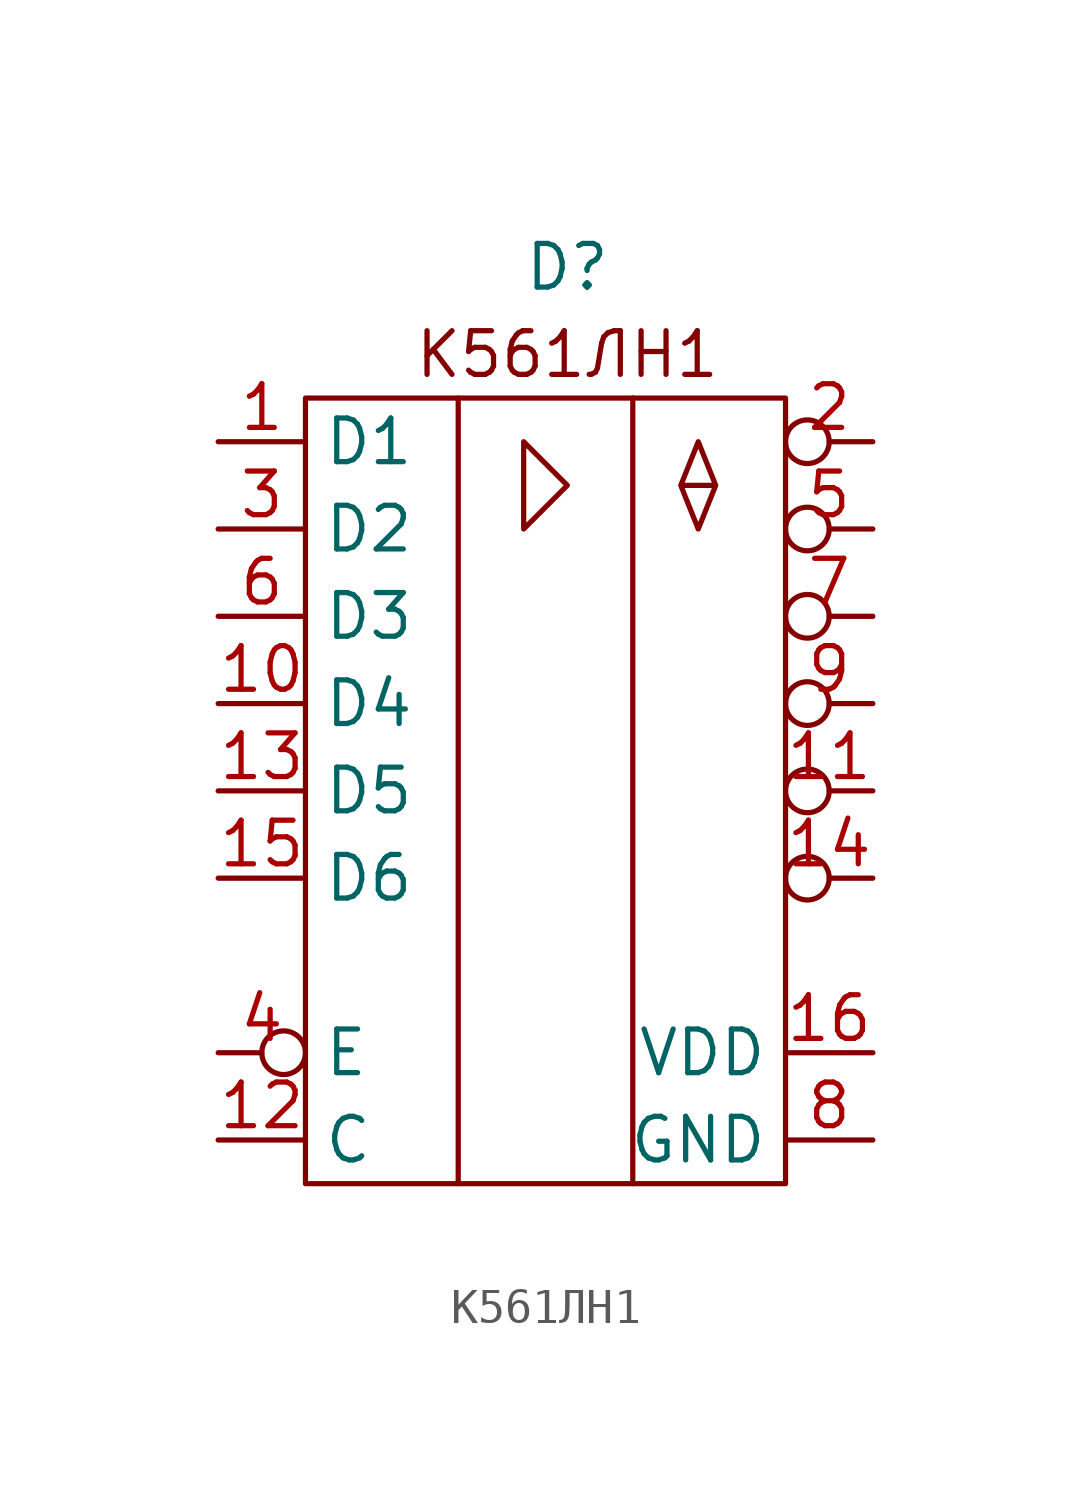
<source format=kicad_sym>
(kicad_symbol_lib
  (version 20220914)
  (generator kicad_symbol_editor)
  (symbol "К561ЛН1"
    (property "Reference" "D"
      (at 21.59 1.27 0)
      (effects (font (size 1.27 1.27))))
    (property "Value" ""
      (at 29.21 -11.43 0)
      (effects (font (size 1.27 1.27))))
    (symbol "К561ЛН1_0_0"
      (pin output inverted (at 30.48 -13.97 180) (length 2.54) (name "" (effects (font (size 1.27 1.27)))) (number "11" (effects (font (size 1.27 1.27)))))
      (pin output inverted (at 30.48 -16.51 180) (length 2.54) (name "" (effects (font (size 1.27 1.27)))) (number "14" (effects (font (size 1.27 1.27)))))
      (pin output inverted (at 30.48 -3.81 180) (length 2.54) (name "" (effects (font (size 1.27 1.27)))) (number "2" (effects (font (size 1.27 1.27)))))
      (pin output inverted (at 30.48 -6.35 180) (length 2.54) (name "" (effects (font (size 1.27 1.27)))) (number "5" (effects (font (size 1.27 1.27)))))
      (pin output inverted (at 30.48 -8.89 180) (length 2.54) (name "" (effects (font (size 1.27 1.27)))) (number "7" (effects (font (size 1.27 1.27)))))
      (pin output inverted (at 30.48 -11.43 180) (length 2.54) (name "" (effects (font (size 1.27 1.27)))) (number "9" (effects (font (size 1.27 1.27))))))
    (symbol "К561ЛН1_0_1"
      (polyline (pts (xy 18.415 -2.54) (xy 18.415 -25.4)) (stroke (width 0) (type default)) (fill (type none)))
      (polyline (pts (xy 23.495 -2.54) (xy 23.495 -25.4)) (stroke (width 0) (type default)) (fill (type none)))
      (rectangle (start 13.97 -2.54) (end 27.94 -25.4) (stroke (width 0) (type default)) (fill (type none))))
    (symbol "К561ЛН1_1_0"
      (pin input line (at 11.43 -3.81 0) (length 2.54) (name "D1" (effects (font (size 1.27 1.27)))) (number "1" (effects (font (size 1.27 1.27)))))
      (pin input line (at 11.43 -11.43 0) (length 2.54) (name "D4" (effects (font (size 1.27 1.27)))) (number "10" (effects (font (size 1.27 1.27)))))
      (pin input line (at 11.43 -24.13 0) (length 2.54) (name "C" (effects (font (size 1.27 1.27)))) (number "12" (effects (font (size 1.27 1.27)))))
      (pin input line (at 11.43 -13.97 0) (length 2.54) (name "D5" (effects (font (size 1.27 1.27)))) (number "13" (effects (font (size 1.27 1.27)))))
      (pin input line (at 11.43 -16.51 0) (length 2.54) (name "D6" (effects (font (size 1.27 1.27)))) (number "15" (effects (font (size 1.27 1.27)))))
      (pin power_in line (at 30.48 -21.59 180) (length 2.54) (name "VDD" (effects (font (size 1.27 1.27)))) (number "16" (effects (font (size 1.27 1.27)))))
      (pin input line (at 11.43 -6.35 0) (length 2.54) (name "D2" (effects (font (size 1.27 1.27)))) (number "3" (effects (font (size 1.27 1.27)))))
      (pin input inverted (at 11.43 -21.59 0) (length 2.54) (name "E" (effects (font (size 1.27 1.27)))) (number "4" (effects (font (size 1.27 1.27)))))
      (pin input line (at 11.43 -8.89 0) (length 2.54) (name "D3" (effects (font (size 1.27 1.27)))) (number "6" (effects (font (size 1.27 1.27)))))
      (pin power_in line (at 30.48 -24.13 180) (length 2.54) (name "GND" (effects (font (size 1.27 1.27)))) (number "8" (effects (font (size 1.27 1.27))))))
    (symbol "К561ЛН1_1_1"
      (polyline (pts (xy 20.32 -5.08) (xy 20.32 -6.35) (xy 21.59 -5.08) (xy 20.32 -3.81) (xy 20.32 -5.08)) (stroke (width 0) (type default)) (fill (type none)))
      (polyline (pts (xy 24.892 -5.08) (xy 25.4 -3.81) (xy 25.908 -5.08) (xy 25.4 -6.35) (xy 24.892 -5.08) (xy 25.908 -5.08)) (stroke (width 0) (type default)) (fill (type none)))
      (text "К561ЛН1" (at 21.59 -1.27 0) (effects (font (size 1.27 1.27)))))))
</source>
